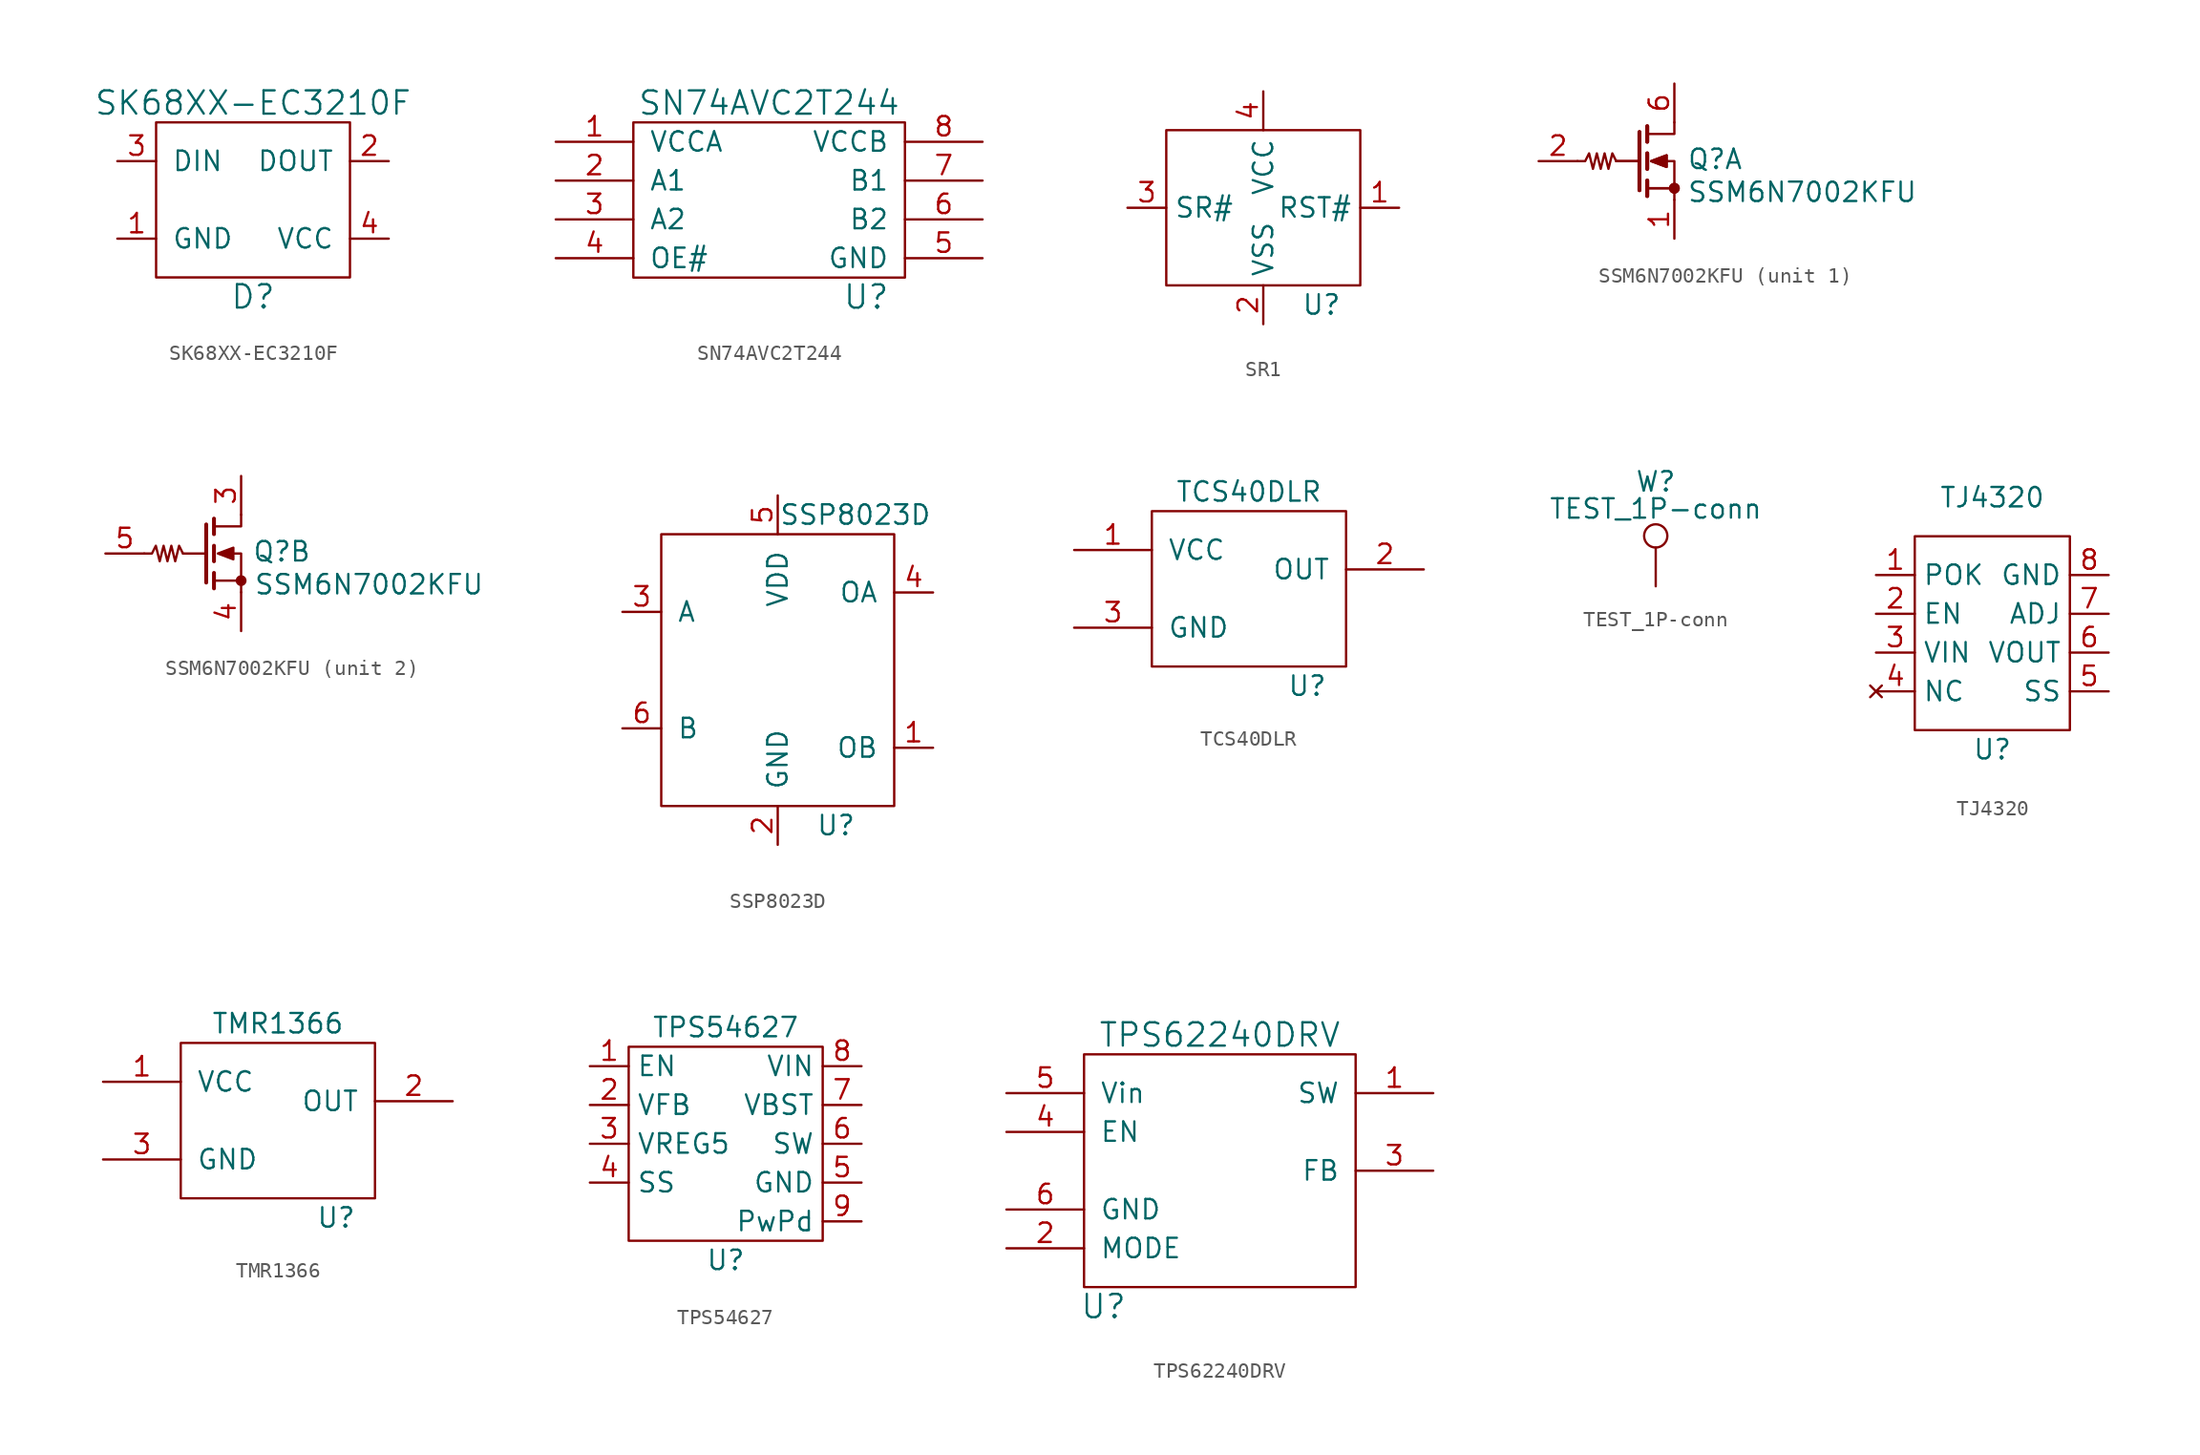
<source format=kicad_sym>
(kicad_symbol_lib
  (version 20231120)
  (generator "kicad_symbol_editor")
  (generator_version "8.0")
  (symbol "SK68XX-EC3210F"
    (pin_names
      (offset 1.016))
    (property "Reference" "D"
      (at 0 -6.35 0)
      (effects (font (size 1.524 1.524))))
    (property "Value" "SK68XX-EC3210F"
      (at 0 6.35 0)
      (effects (font (size 1.524 1.524))))
    (symbol "SK68XX-EC3210F_0_1"
      (rectangle (start -6.35 5.08) (end 6.35 -5.08) (stroke (width 0) (type default)) (fill (type none))))
    (symbol "SK68XX-EC3210F_1_1"
      (pin power_in line (at -8.89 -2.54 0) (length 2.54) (name "GND" (effects (font (size 1.27 1.27)))) (number "1" (effects (font (size 1.27 1.27)))))
      (pin output line (at 8.89 2.54 180) (length 2.54) (name "DOUT" (effects (font (size 1.27 1.27)))) (number "2" (effects (font (size 1.27 1.27)))))
      (pin input line (at -8.89 2.54 0) (length 2.54) (name "DIN" (effects (font (size 1.27 1.27)))) (number "3" (effects (font (size 1.27 1.27)))))
      (pin power_in line (at 8.89 -2.54 180) (length 2.54) (name "VCC" (effects (font (size 1.27 1.27)))) (number "4" (effects (font (size 1.27 1.27)))))))
  (symbol "SN74AVC2T244"
    (pin_names
      (offset 1.016))
    (property "Reference" "U"
      (at 6.35 -6.35 0)
      (effects (font (size 1.524 1.524))))
    (property "Value" "SN74AVC2T244"
      (at 0 6.35 0)
      (effects (font (size 1.524 1.524))))
    (symbol "SN74AVC2T244_0_1"
      (rectangle (start -8.89 5.08) (end 8.89 -5.08) (stroke (width 0) (type default)) (fill (type none))))
    (symbol "SN74AVC2T244_1_1"
      (pin power_in line (at -13.97 3.81 0) (length 5.08) (name "VCCA" (effects (font (size 1.27 1.27)))) (number "1" (effects (font (size 1.27 1.27)))))
      (pin input line (at -13.97 1.27 0) (length 5.08) (name "A1" (effects (font (size 1.27 1.27)))) (number "2" (effects (font (size 1.27 1.27)))))
      (pin input line (at -13.97 -1.27 0) (length 5.08) (name "A2" (effects (font (size 1.27 1.27)))) (number "3" (effects (font (size 1.27 1.27)))))
      (pin input line (at -13.97 -3.81 0) (length 5.08) (name "OE#" (effects (font (size 1.27 1.27)))) (number "4" (effects (font (size 1.27 1.27)))))
      (pin power_in line (at 13.97 -3.81 180) (length 5.08) (name "GND" (effects (font (size 1.27 1.27)))) (number "5" (effects (font (size 1.27 1.27)))))
      (pin output line (at 13.97 -1.27 180) (length 5.08) (name "B2" (effects (font (size 1.27 1.27)))) (number "6" (effects (font (size 1.27 1.27)))))
      (pin output line (at 13.97 1.27 180) (length 5.08) (name "B1" (effects (font (size 1.27 1.27)))) (number "7" (effects (font (size 1.27 1.27)))))
      (pin power_in line (at 13.97 3.81 180) (length 5.08) (name "VCCB" (effects (font (size 1.27 1.27)))) (number "8" (effects (font (size 1.27 1.27)))))))
  (symbol "SR1"
    (property "Reference" "U"
      (at 3.81 -6.35 0)
      (effects (font (size 1.27 1.27))))
    (property "Value" ""
      (at 0 0 0)
      (effects (font (size 1.27 1.27))))
    (symbol "SR1_0_1"
      (polyline (pts (xy -6.35 5.08) (xy -6.35 -5.08) (xy 6.35 -5.08) (xy 6.35 5.08) (xy -6.35 5.08)) (stroke (width 0) (type default)) (fill (type none))))
    (symbol "SR1_1_1"
      (pin output line (at 8.89 0 180) (length 2.54) (name "RST#" (effects (font (size 1.27 1.27)))) (number "1" (effects (font (size 1.27 1.27)))))
      (pin power_in line (at 0 -7.62 90) (length 2.54) (name "VSS" (effects (font (size 1.27 1.27)))) (number "2" (effects (font (size 1.27 1.27)))))
      (pin input line (at -8.89 0 0) (length 2.54) (name "SR#" (effects (font (size 1.27 1.27)))) (number "3" (effects (font (size 1.27 1.27)))))
      (pin power_in line (at 0 7.62 270) (length 2.54) (name "VCC" (effects (font (size 1.27 1.27)))) (number "4" (effects (font (size 1.27 1.27)))))))
  (symbol "SSM6N7002KFU"
    (pin_names
      (offset 1.016))
    (property "Reference" "Q"
      (at 2.667 0.127 0)
      (effects (font (size 1.27 1.27))))
    (property "Value" "SSM6N7002KFU"
      (at 8.382 -2.032 0)
      (effects (font (size 1.27 1.27))))
    (symbol "SSM6N7002KFU_1_1"
      (circle (center 0 -1.778) (radius 0.279) (stroke (width 0) (type default)) (fill (type outline)))
      (circle (center 0 -1.778) (radius 0.279) (stroke (width 0) (type default)) (fill (type outline)))
      (polyline (pts (xy -3.81 0) (xy -2.286 0)) (stroke (width 0) (type default)) (fill (type none)))
      (polyline (pts (xy -3.81 0) (xy -2.286 0)) (stroke (width 0) (type default)) (fill (type none)))
      (polyline (pts (xy -1.778 -1.778) (xy 0 -1.778)) (stroke (width 0) (type default)) (fill (type none)))
      (polyline (pts (xy -1.778 -1.778) (xy 0 -1.778)) (stroke (width 0) (type default)) (fill (type none)))
      (polyline (pts (xy -1.778 -1.27) (xy -1.778 -2.286)) (stroke (width 0.254) (type default)) (fill (type none)))
      (polyline (pts (xy -1.778 -1.27) (xy -1.778 -2.286)) (stroke (width 0.254) (type default)) (fill (type none)))
      (polyline (pts (xy -1.778 0.508) (xy -1.778 -0.508)) (stroke (width 0.254) (type default)) (fill (type none)))
      (polyline (pts (xy -1.778 0.508) (xy -1.778 -0.508)) (stroke (width 0.254) (type default)) (fill (type none)))
      (polyline (pts (xy -1.778 2.286) (xy -1.778 1.27)) (stroke (width 0.254) (type default)) (fill (type none)))
      (polyline (pts (xy -1.778 2.286) (xy -1.778 1.27)) (stroke (width 0.254) (type default)) (fill (type none)))
      (polyline (pts (xy -2.286 1.905) (xy -2.286 -1.905) (xy -2.286 -1.905)) (stroke (width 0.254) (type default)) (fill (type none)))
      (polyline (pts (xy -2.286 1.905) (xy -2.286 -1.905) (xy -2.286 -1.905)) (stroke (width 0.254) (type default)) (fill (type none)))
      (polyline (pts (xy -1.778 1.778) (xy 0 1.778) (xy 0 2.54)) (stroke (width 0) (type default)) (fill (type none)))
      (polyline (pts (xy 0 -2.54) (xy 0 0) (xy -0.762 0)) (stroke (width 0) (type default)) (fill (type none)))
      (polyline (pts (xy -1.524 0) (xy -0.508 0.381) (xy -0.508 -0.381) (xy -1.524 0)) (stroke (width 0) (type default)) (fill (type outline)))
      (polyline (pts (xy -1.524 0) (xy -0.508 0.381) (xy -0.508 -0.381) (xy -1.524 0)) (stroke (width 0) (type default)) (fill (type outline)))
      (polyline (pts (xy -3.81 0) (xy -4.064 0.508) (xy -4.318 -0.508) (xy -4.572 0.508) (xy -4.826 -0.508) (xy -5.08 0.508) (xy -5.334 -0.508) (xy -5.588 0.508) (xy -5.842 0) (xy -6.35 0)) (stroke (width 0) (type default)) (fill (type none)))
      (pin passive line (at 0 -5.08 90) (length 2.54) (name "~" (effects (font (size 1.27 1.27)))) (number "1" (effects (font (size 1.27 1.27)))))
      (pin passive line (at -8.89 0 0) (length 2.54) (name "~" (effects (font (size 1.27 1.27)))) (number "2" (effects (font (size 1.27 1.27)))))
      (pin passive line (at 0 5.08 270) (length 2.54) (name "~" (effects (font (size 1.27 1.27)))) (number "6" (effects (font (size 1.27 1.27))))))
    (symbol "SSM6N7002KFU_2_1"
      (circle (center 0 -1.778) (radius 0.279) (stroke (width 0) (type default)) (fill (type outline)))
      (polyline (pts (xy -3.81 0) (xy -2.286 0)) (stroke (width 0) (type default)) (fill (type none)))
      (polyline (pts (xy -1.778 -1.778) (xy 0 -1.778)) (stroke (width 0) (type default)) (fill (type none)))
      (polyline (pts (xy -1.778 -1.27) (xy -1.778 -2.286)) (stroke (width 0.254) (type default)) (fill (type none)))
      (polyline (pts (xy -1.778 0.508) (xy -1.778 -0.508)) (stroke (width 0.254) (type default)) (fill (type none)))
      (polyline (pts (xy -1.778 2.286) (xy -1.778 1.27)) (stroke (width 0.254) (type default)) (fill (type none)))
      (polyline (pts (xy -2.286 1.905) (xy -2.286 -1.905) (xy -2.286 -1.905)) (stroke (width 0.254) (type default)) (fill (type none)))
      (polyline (pts (xy -1.778 1.778) (xy 0 1.778) (xy 0 2.54)) (stroke (width 0) (type default)) (fill (type none)))
      (polyline (pts (xy 0 -2.54) (xy 0 0) (xy -0.762 0)) (stroke (width 0) (type default)) (fill (type none)))
      (polyline (pts (xy -1.524 0) (xy -0.508 0.381) (xy -0.508 -0.381) (xy -1.524 0)) (stroke (width 0) (type default)) (fill (type outline)))
      (polyline (pts (xy -3.81 0) (xy -4.064 0.508) (xy -4.318 -0.508) (xy -4.572 0.508) (xy -4.826 -0.508) (xy -5.08 0.508) (xy -5.334 -0.508) (xy -5.588 0.508) (xy -5.842 0) (xy -6.35 0)) (stroke (width 0) (type default)) (fill (type none)))
      (pin passive line (at 0 5.08 270) (length 2.54) (name "~" (effects (font (size 1.27 1.27)))) (number "3" (effects (font (size 1.27 1.27)))))
      (pin passive line (at 0 -5.08 90) (length 2.54) (name "~" (effects (font (size 1.27 1.27)))) (number "4" (effects (font (size 1.27 1.27)))))
      (pin passive line (at -8.89 0 0) (length 2.54) (name "~" (effects (font (size 1.27 1.27)))) (number "5" (effects (font (size 1.27 1.27)))))))
  (symbol "SSP8023D"
    (pin_names
      (offset 1.016))
    (property "Reference" "U"
      (at 3.81 -10.16 0)
      (effects (font (size 1.27 1.27))))
    (property "Value" "SSP8023D"
      (at 5.08 10.16 0)
      (effects (font (size 1.27 1.27))))
    (symbol "SSP8023D_0_1"
      (rectangle (start -7.62 8.89) (end 7.62 -8.89) (stroke (width 0) (type default)) (fill (type none))))
    (symbol "SSP8023D_1_1"
      (pin passive line (at 10.16 -5.08 180) (length 2.54) (name "OB" (effects (font (size 1.27 1.27)))) (number "1" (effects (font (size 1.27 1.27)))))
      (pin power_in line (at 0 -11.43 90) (length 2.54) (name "GND" (effects (font (size 1.27 1.27)))) (number "2" (effects (font (size 1.27 1.27)))))
      (pin input line (at -10.16 3.81 0) (length 2.54) (name "A" (effects (font (size 1.27 1.27)))) (number "3" (effects (font (size 1.27 1.27)))))
      (pin passive line (at 10.16 5.08 180) (length 2.54) (name "OA" (effects (font (size 1.27 1.27)))) (number "4" (effects (font (size 1.27 1.27)))))
      (pin power_in line (at 0 11.43 270) (length 2.54) (name "VDD" (effects (font (size 1.27 1.27)))) (number "5" (effects (font (size 1.27 1.27)))))
      (pin input line (at -10.16 -3.81 0) (length 2.54) (name "B" (effects (font (size 1.27 1.27)))) (number "6" (effects (font (size 1.27 1.27)))))))
  (symbol "TCS40DLR"
    (pin_names
      (offset 1.016))
    (property "Reference" "U"
      (at 3.81 -6.35 0)
      (effects (font (size 1.27 1.27))))
    (property "Value" "TCS40DLR"
      (at 0 6.35 0)
      (effects (font (size 1.27 1.27))))
    (symbol "TCS40DLR_1_1"
      (rectangle (start -6.35 5.08) (end 6.35 -5.08) (stroke (width 0) (type default)) (fill (type none)))
      (pin power_in line (at -11.43 2.54 0) (length 5.08) (name "VCC" (effects (font (size 1.27 1.27)))) (number "1" (effects (font (size 1.27 1.27)))))
      (pin output line (at 11.43 1.27 180) (length 5.08) (name "OUT" (effects (font (size 1.27 1.27)))) (number "2" (effects (font (size 1.27 1.27)))))
      (pin power_in line (at -11.43 -2.54 0) (length 5.08) (name "GND" (effects (font (size 1.27 1.27)))) (number "3" (effects (font (size 1.27 1.27)))))))
  (symbol "TEST_1P-conn"
    (pin_numbers hide)
    (pin_names
      (offset 0.762) hide)
    (property "Reference" "W"
      (at 0 6.858 0)
      (effects (font (size 1.27 1.27))))
    (property "Value" "TEST_1P-conn"
      (at 0 5.08 0)
      (effects (font (size 1.27 1.27))))
    (property "Footprint" ""
      (at 5.08 0 0)
      (effects (font (size 1.27 1.27))))
    (property "Datasheet" ""
      (at 5.08 0 0)
      (effects (font (size 1.27 1.27))))
    (symbol "TEST_1P-conn_0_1"
      (circle (center 0 3.302) (radius 0.762) (stroke (width 0) (type default)) (fill (type none))))
    (symbol "TEST_1P-conn_1_1"
      (pin passive line (at 0 0 90) (length 2.54) (name "1" (effects (font (size 1.27 1.27)))) (number "1" (effects (font (size 1.27 1.27)))))))
  (symbol "TJ4320"
    (property "Reference" "U"
      (at 0 -7.62 0)
      (effects (font (size 1.27 1.27))))
    (property "Value" "TJ4320"
      (at 0 8.89 0)
      (effects (font (size 1.27 1.27))))
    (symbol "TJ4320_0_1"
      (rectangle (start -5.08 6.35) (end 5.08 -6.35) (stroke (width 0) (type default)) (fill (type none))))
    (symbol "TJ4320_1_1"
      (pin output line (at -7.62 3.81 0) (length 2.54) (name "POK" (effects (font (size 1.27 1.27)))) (number "1" (effects (font (size 1.27 1.27)))))
      (pin input line (at -7.62 1.27 0) (length 2.54) (name "EN" (effects (font (size 1.27 1.27)))) (number "2" (effects (font (size 1.27 1.27)))))
      (pin power_in line (at -7.62 -1.27 0) (length 2.54) (name "VIN" (effects (font (size 1.27 1.27)))) (number "3" (effects (font (size 1.27 1.27)))))
      (pin no_connect line (at -7.62 -3.81 0) (length 2.54) (name "NC" (effects (font (size 1.27 1.27)))) (number "4" (effects (font (size 1.27 1.27)))))
      (pin passive line (at 7.62 -3.81 180) (length 2.54) (name "SS" (effects (font (size 1.27 1.27)))) (number "5" (effects (font (size 1.27 1.27)))))
      (pin power_out line (at 7.62 -1.27 180) (length 2.54) (name "VOUT" (effects (font (size 1.27 1.27)))) (number "6" (effects (font (size 1.27 1.27)))))
      (pin power_out line (at 7.62 1.27 180) (length 2.54) (name "ADJ" (effects (font (size 1.27 1.27)))) (number "7" (effects (font (size 1.27 1.27)))))
      (pin power_in line (at 7.62 3.81 180) (length 2.54) (name "GND" (effects (font (size 1.27 1.27)))) (number "8" (effects (font (size 1.27 1.27)))))
      (pin power_in line (at 7.62 -6.35 180) (length 2.54) hide (name "GND" (effects (font (size 1.27 1.27)))) (number "9" (effects (font (size 1.27 1.27)))))))
  (symbol "TMR1366"
    (pin_names
      (offset 1.016))
    (property "Reference" "U"
      (at 3.81 -6.35 0)
      (effects (font (size 1.27 1.27))))
    (property "Value" "TMR1366"
      (at 0 6.35 0)
      (effects (font (size 1.27 1.27))))
    (symbol "TMR1366_1_1"
      (rectangle (start -6.35 5.08) (end 6.35 -5.08) (stroke (width 0) (type default)) (fill (type none)))
      (pin power_in line (at -11.43 2.54 0) (length 5.08) (name "VCC" (effects (font (size 1.27 1.27)))) (number "1" (effects (font (size 1.27 1.27)))))
      (pin output line (at 11.43 1.27 180) (length 5.08) (name "OUT" (effects (font (size 1.27 1.27)))) (number "2" (effects (font (size 1.27 1.27)))))
      (pin power_in line (at -11.43 -2.54 0) (length 5.08) (name "GND" (effects (font (size 1.27 1.27)))) (number "3" (effects (font (size 1.27 1.27)))))))
  (symbol "TPS54627"
    (property "Reference" "U"
      (at 0 -8.89 0)
      (effects (font (size 1.27 1.27))))
    (property "Value" "TPS54627"
      (at 0 6.35 0)
      (effects (font (size 1.27 1.27))))
    (symbol "TPS54627_0_1"
      (rectangle (start -6.35 5.08) (end 6.35 -7.62) (stroke (width 0) (type default)) (fill (type none))))
    (symbol "TPS54627_1_1"
      (pin input line (at -8.89 3.81 0) (length 2.54) (name "EN" (effects (font (size 1.27 1.27)))) (number "1" (effects (font (size 1.27 1.27)))))
      (pin input line (at -8.89 1.27 0) (length 2.54) (name "VFB" (effects (font (size 1.27 1.27)))) (number "2" (effects (font (size 1.27 1.27)))))
      (pin output line (at -8.89 -1.27 0) (length 2.54) (name "VREG5" (effects (font (size 1.27 1.27)))) (number "3" (effects (font (size 1.27 1.27)))))
      (pin input line (at -8.89 -3.81 0) (length 2.54) (name "SS" (effects (font (size 1.27 1.27)))) (number "4" (effects (font (size 1.27 1.27)))))
      (pin power_in line (at 8.89 -3.81 180) (length 2.54) (name "GND" (effects (font (size 1.27 1.27)))) (number "5" (effects (font (size 1.27 1.27)))))
      (pin power_out line (at 8.89 -1.27 180) (length 2.54) (name "SW" (effects (font (size 1.27 1.27)))) (number "6" (effects (font (size 1.27 1.27)))))
      (pin power_out line (at 8.89 1.27 180) (length 2.54) (name "VBST" (effects (font (size 1.27 1.27)))) (number "7" (effects (font (size 1.27 1.27)))))
      (pin power_in line (at 8.89 3.81 180) (length 2.54) (name "VIN" (effects (font (size 1.27 1.27)))) (number "8" (effects (font (size 1.27 1.27)))))
      (pin power_in line (at 8.89 -6.35 180) (length 2.54) (name "PwPd" (effects (font (size 1.27 1.27)))) (number "9" (effects (font (size 1.27 1.27)))))))
  (symbol "TPS62240DRV"
    (pin_names
      (offset 1.016))
    (property "Reference" "U"
      (at -7.62 -8.89 0)
      (effects (font (size 1.524 1.524))))
    (property "Value" "TPS62240DRV"
      (at 0 8.89 0)
      (effects (font (size 1.524 1.524))))
    (symbol "TPS62240DRV_0_1"
      (rectangle (start -8.89 7.62) (end 8.89 -7.62) (stroke (width 0) (type default)) (fill (type none))))
    (symbol "TPS62240DRV_1_1"
      (pin power_out line (at 13.97 5.08 180) (length 5.08) (name "SW" (effects (font (size 1.27 1.27)))) (number "1" (effects (font (size 1.27 1.27)))))
      (pin input line (at -13.97 -5.08 0) (length 5.08) (name "MODE" (effects (font (size 1.27 1.27)))) (number "2" (effects (font (size 1.27 1.27)))))
      (pin input line (at 13.97 0 180) (length 5.08) (name "FB" (effects (font (size 1.27 1.27)))) (number "3" (effects (font (size 1.27 1.27)))))
      (pin input line (at -13.97 2.54 0) (length 5.08) (name "EN" (effects (font (size 1.27 1.27)))) (number "4" (effects (font (size 1.27 1.27)))))
      (pin power_in line (at -13.97 5.08 0) (length 5.08) (name "Vin" (effects (font (size 1.27 1.27)))) (number "5" (effects (font (size 1.27 1.27)))))
      (pin power_in line (at -13.97 -2.54 0) (length 5.08) (name "GND" (effects (font (size 1.27 1.27)))) (number "6" (effects (font (size 1.27 1.27))))))))
</source>
